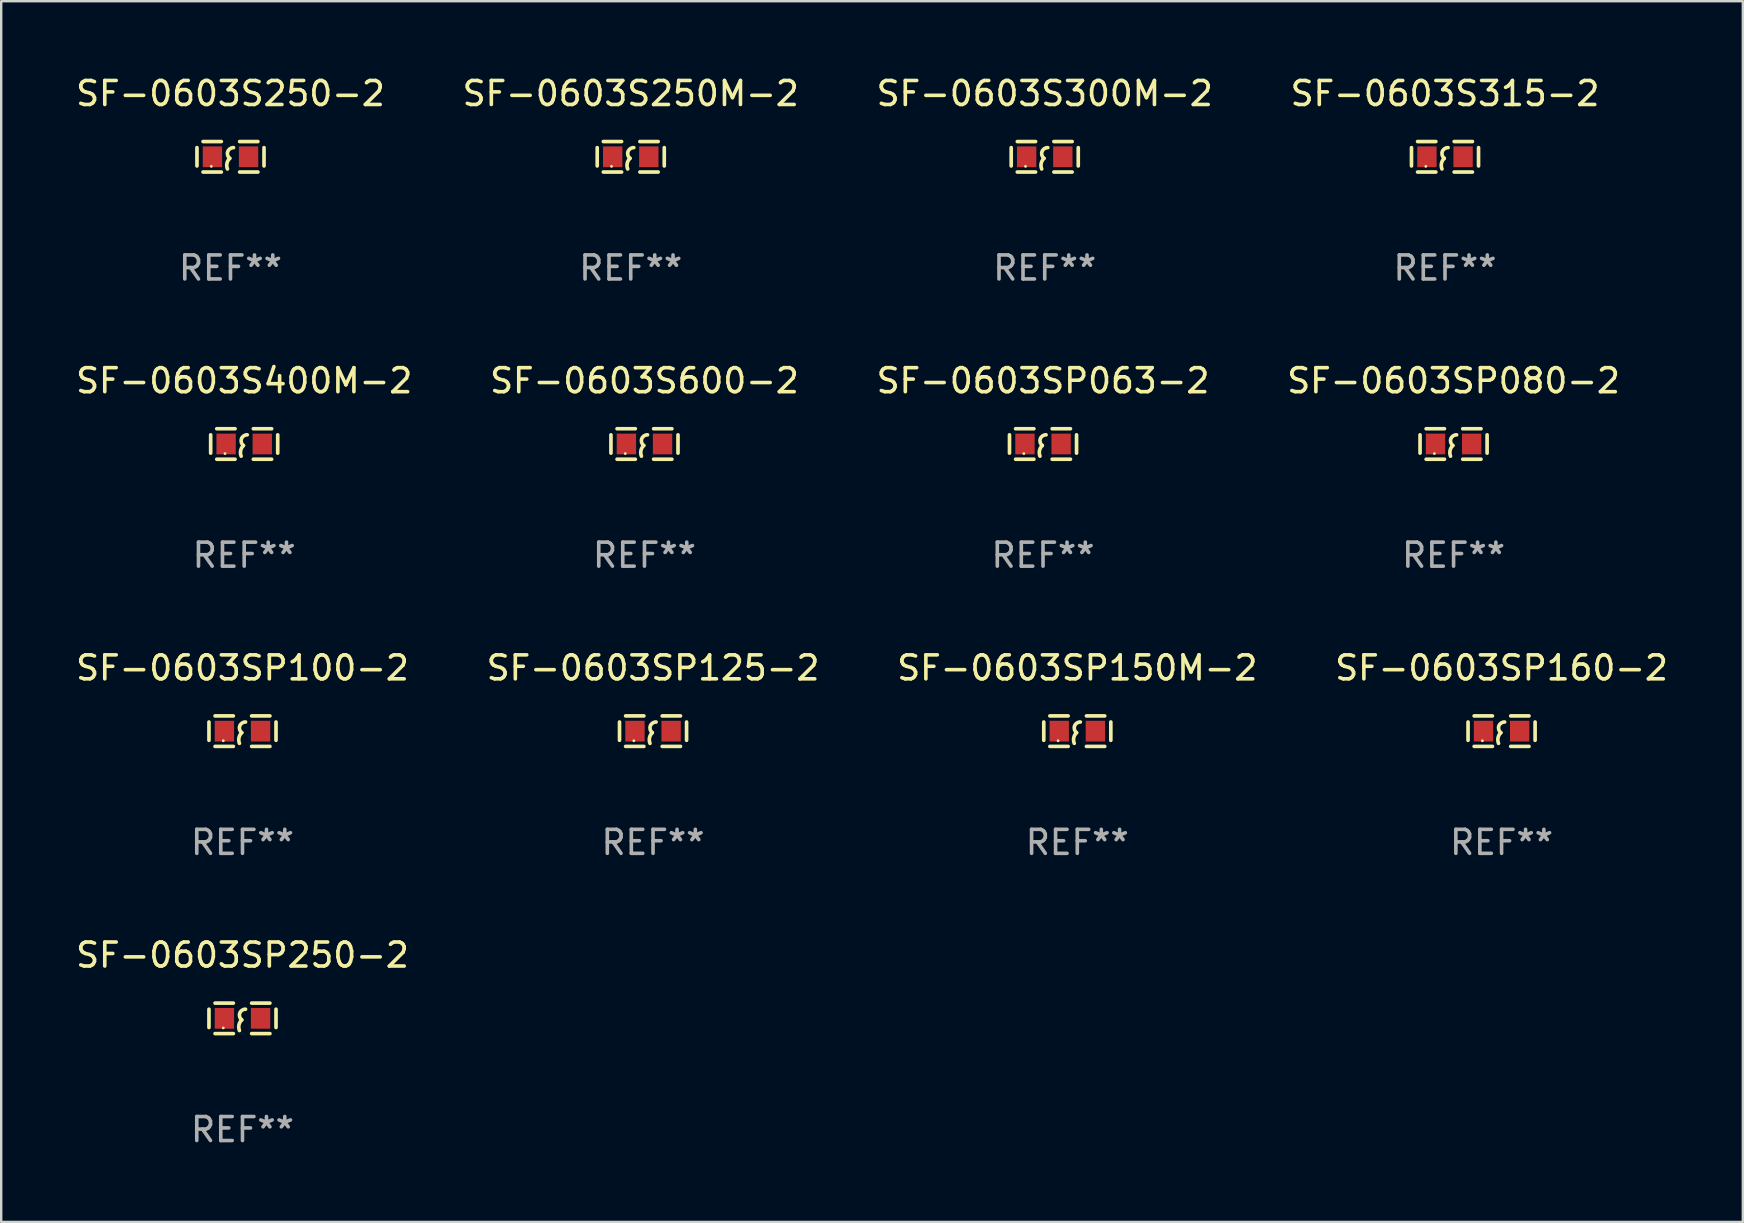
<source format=kicad_pcb>
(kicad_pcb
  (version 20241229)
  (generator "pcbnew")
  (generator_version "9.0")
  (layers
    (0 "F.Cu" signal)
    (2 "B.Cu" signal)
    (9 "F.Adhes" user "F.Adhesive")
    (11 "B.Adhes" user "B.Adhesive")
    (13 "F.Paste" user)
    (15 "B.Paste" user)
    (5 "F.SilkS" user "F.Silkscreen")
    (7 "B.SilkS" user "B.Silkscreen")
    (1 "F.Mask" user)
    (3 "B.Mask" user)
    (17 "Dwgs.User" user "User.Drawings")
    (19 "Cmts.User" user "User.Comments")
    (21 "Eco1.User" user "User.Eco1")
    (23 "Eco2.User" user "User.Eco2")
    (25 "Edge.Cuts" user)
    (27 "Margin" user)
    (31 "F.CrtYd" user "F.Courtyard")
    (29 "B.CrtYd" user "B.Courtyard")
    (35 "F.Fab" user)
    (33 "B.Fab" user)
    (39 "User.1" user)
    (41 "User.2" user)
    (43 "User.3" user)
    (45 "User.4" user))
  (footprint "SF-0603SP250-2"
    (layer "F.Cu")
    (at 7.054 39.383)
    (property "Reference" "SF-0603SP250-2" (at 0 -2.635 0) (layer "F.SilkS") (effects (font (size 1 1) (thickness 0.15))))
    (attr through_hole)
    (fp_line (start -1.397 -0.381) (end -1.397 0.381) (stroke (width 0.152) (type solid)) (layer "F.SilkS"))
    (fp_line (start -0.381 -0.635) (end -1.143 -0.635) (stroke (width 0.152) (type solid)) (layer "F.SilkS"))
    (fp_line (start -0.381 0.635) (end -1.143 0.635) (stroke (width 0.152) (type solid)) (layer "F.SilkS"))
    (fp_line (start 0.381 -0.635) (end 1.143 -0.635) (stroke (width 0.152) (type solid)) (layer "F.SilkS"))
    (fp_line (start 0.381 0.635) (end 1.143 0.635) (stroke (width 0.152) (type solid)) (layer "F.SilkS"))
    (fp_line (start 1.397 -0.381) (end 1.397 0.381) (stroke (width 0.152) (type solid)) (layer "F.SilkS"))
    (fp_arc (start -0.127 0.508001) (mid -0.146523 0.271131) (end -0.030861 0.0635) (stroke (width 0.151994) (type solid)) (layer "F.SilkS"))
    (fp_arc (start -0.03175 0.0635) (mid -0.113571 -0.216321) (end 0.127001 -0.381002) (stroke (width 0.151994) (type solid)) (layer "F.SilkS"))
    (fp_circle (center -0.8 0.4) (end -0.77 0.4) (stroke (width 0.06) (type solid)) (fill no) (layer "F.SilkS"))
    (fp_text user "REF**" (at 0 4.635 0) (layer "F.Fab") (effects (font (size 1 1) (thickness 0.15))))
    (pad "1" smd rect (at -0.753 0) (size 0.806 0.864) (layers "F.Cu" "F.Mask" "F.Paste"))
    (pad "2" smd rect (at 0.753 0) (size 0.806 0.864) (layers "F.Cu" "F.Mask" "F.Paste")))
  (footprint "SF-0603SP100-2"
    (layer "F.Cu")
    (at 7.054 27.416)
    (property "Reference" "SF-0603SP100-2" (at 0 -2.635 0) (layer "F.SilkS") (effects (font (size 1 1) (thickness 0.15))))
    (attr through_hole)
    (fp_line (start -1.397 -0.381) (end -1.397 0.381) (stroke (width 0.152) (type solid)) (layer "F.SilkS"))
    (fp_line (start -0.381 -0.635) (end -1.143 -0.635) (stroke (width 0.152) (type solid)) (layer "F.SilkS"))
    (fp_line (start -0.381 0.635) (end -1.143 0.635) (stroke (width 0.152) (type solid)) (layer "F.SilkS"))
    (fp_line (start 0.381 -0.635) (end 1.143 -0.635) (stroke (width 0.152) (type solid)) (layer "F.SilkS"))
    (fp_line (start 0.381 0.635) (end 1.143 0.635) (stroke (width 0.152) (type solid)) (layer "F.SilkS"))
    (fp_line (start 1.397 -0.381) (end 1.397 0.381) (stroke (width 0.152) (type solid)) (layer "F.SilkS"))
    (fp_arc (start -0.127 0.508001) (mid -0.146523 0.271131) (end -0.030861 0.0635) (stroke (width 0.151994) (type solid)) (layer "F.SilkS"))
    (fp_arc (start -0.03175 0.0635) (mid -0.113571 -0.216321) (end 0.127001 -0.381002) (stroke (width 0.151994) (type solid)) (layer "F.SilkS"))
    (fp_circle (center -0.8 0.4) (end -0.77 0.4) (stroke (width 0.06) (type solid)) (fill no) (layer "F.SilkS"))
    (fp_text user "REF**" (at 0 4.635 0) (layer "F.Fab") (effects (font (size 1 1) (thickness 0.15))))
    (pad "1" smd rect (at -0.753 0) (size 0.806 0.864) (layers "F.Cu" "F.Mask" "F.Paste"))
    (pad "2" smd rect (at 0.753 0) (size 0.806 0.864) (layers "F.Cu" "F.Mask" "F.Paste")))
  (footprint "SF-0603SP063-2"
    (layer "F.Cu")
    (at 40.411 15.45)
    (property "Reference" "SF-0603SP063-2" (at 0 -2.635 0) (layer "F.SilkS") (effects (font (size 1 1) (thickness 0.15))))
    (attr through_hole)
    (fp_line (start -1.397 -0.381) (end -1.397 0.381) (stroke (width 0.152) (type solid)) (layer "F.SilkS"))
    (fp_line (start -0.381 -0.635) (end -1.143 -0.635) (stroke (width 0.152) (type solid)) (layer "F.SilkS"))
    (fp_line (start -0.381 0.635) (end -1.143 0.635) (stroke (width 0.152) (type solid)) (layer "F.SilkS"))
    (fp_line (start 0.381 -0.635) (end 1.143 -0.635) (stroke (width 0.152) (type solid)) (layer "F.SilkS"))
    (fp_line (start 0.381 0.635) (end 1.143 0.635) (stroke (width 0.152) (type solid)) (layer "F.SilkS"))
    (fp_line (start 1.397 -0.381) (end 1.397 0.381) (stroke (width 0.152) (type solid)) (layer "F.SilkS"))
    (fp_arc (start -0.127 0.508001) (mid -0.146523 0.271131) (end -0.030861 0.0635) (stroke (width 0.151994) (type solid)) (layer "F.SilkS"))
    (fp_arc (start -0.03175 0.0635) (mid -0.113571 -0.216321) (end 0.127001 -0.381002) (stroke (width 0.151994) (type solid)) (layer "F.SilkS"))
    (fp_circle (center -0.8 0.4) (end -0.77 0.4) (stroke (width 0.06) (type solid)) (fill no) (layer "F.SilkS"))
    (fp_text user "REF**" (at 0 4.635 0) (layer "F.Fab") (effects (font (size 1 1) (thickness 0.15))))
    (pad "1" smd rect (at -0.753 0) (size 0.806 0.864) (layers "F.Cu" "F.Mask" "F.Paste"))
    (pad "2" smd rect (at 0.753 0) (size 0.806 0.864) (layers "F.Cu" "F.Mask" "F.Paste")))
  (footprint "SF-0603S400M-2"
    (layer "F.Cu")
    (at 7.125 15.45)
    (property "Reference" "SF-0603S400M-2" (at 0 -2.635 0) (layer "F.SilkS") (effects (font (size 1 1) (thickness 0.15))))
    (attr through_hole)
    (fp_line (start -1.397 -0.381) (end -1.397 0.381) (stroke (width 0.152) (type solid)) (layer "F.SilkS"))
    (fp_line (start -0.381 -0.635) (end -1.143 -0.635) (stroke (width 0.152) (type solid)) (layer "F.SilkS"))
    (fp_line (start -0.381 0.635) (end -1.143 0.635) (stroke (width 0.152) (type solid)) (layer "F.SilkS"))
    (fp_line (start 0.381 -0.635) (end 1.143 -0.635) (stroke (width 0.152) (type solid)) (layer "F.SilkS"))
    (fp_line (start 0.381 0.635) (end 1.143 0.635) (stroke (width 0.152) (type solid)) (layer "F.SilkS"))
    (fp_line (start 1.397 -0.381) (end 1.397 0.381) (stroke (width 0.152) (type solid)) (layer "F.SilkS"))
    (fp_arc (start -0.127 0.508001) (mid -0.146523 0.271131) (end -0.030861 0.0635) (stroke (width 0.151994) (type solid)) (layer "F.SilkS"))
    (fp_arc (start -0.03175 0.0635) (mid -0.113571 -0.216321) (end 0.127001 -0.381002) (stroke (width 0.151994) (type solid)) (layer "F.SilkS"))
    (fp_circle (center -0.8 0.4) (end -0.77 0.4) (stroke (width 0.06) (type solid)) (fill no) (layer "F.SilkS"))
    (fp_text user "REF**" (at 0 4.635 0) (layer "F.Fab") (effects (font (size 1 1) (thickness 0.15))))
    (pad "1" smd rect (at -0.753 0) (size 0.806 0.864) (layers "F.Cu" "F.Mask" "F.Paste"))
    (pad "2" smd rect (at 0.753 0) (size 0.806 0.864) (layers "F.Cu" "F.Mask" "F.Paste")))
  (footprint "SF-0603SP125-2"
    (layer "F.Cu")
    (at 24.161 27.416)
    (property "Reference" "SF-0603SP125-2" (at 0 -2.635 0) (layer "F.SilkS") (effects (font (size 1 1) (thickness 0.15))))
    (attr through_hole)
    (fp_line (start -1.397 -0.381) (end -1.397 0.381) (stroke (width 0.152) (type solid)) (layer "F.SilkS"))
    (fp_line (start -0.381 -0.635) (end -1.143 -0.635) (stroke (width 0.152) (type solid)) (layer "F.SilkS"))
    (fp_line (start -0.381 0.635) (end -1.143 0.635) (stroke (width 0.152) (type solid)) (layer "F.SilkS"))
    (fp_line (start 0.381 -0.635) (end 1.143 -0.635) (stroke (width 0.152) (type solid)) (layer "F.SilkS"))
    (fp_line (start 0.381 0.635) (end 1.143 0.635) (stroke (width 0.152) (type solid)) (layer "F.SilkS"))
    (fp_line (start 1.397 -0.381) (end 1.397 0.381) (stroke (width 0.152) (type solid)) (layer "F.SilkS"))
    (fp_arc (start -0.127 0.508001) (mid -0.146523 0.271131) (end -0.030861 0.0635) (stroke (width 0.151994) (type solid)) (layer "F.SilkS"))
    (fp_arc (start -0.03175 0.0635) (mid -0.113571 -0.216321) (end 0.127001 -0.381002) (stroke (width 0.151994) (type solid)) (layer "F.SilkS"))
    (fp_circle (center -0.8 0.4) (end -0.77 0.4) (stroke (width 0.06) (type solid)) (fill no) (layer "F.SilkS"))
    (fp_text user "REF**" (at 0 4.635 0) (layer "F.Fab") (effects (font (size 1 1) (thickness 0.15))))
    (pad "1" smd rect (at -0.753 0) (size 0.806 0.864) (layers "F.Cu" "F.Mask" "F.Paste"))
    (pad "2" smd rect (at 0.753 0) (size 0.806 0.864) (layers "F.Cu" "F.Mask" "F.Paste")))
  (footprint "SF-0603SP080-2"
    (layer "F.Cu")
    (at 57.518 15.45)
    (property "Reference" "SF-0603SP080-2" (at 0 -2.635 0) (layer "F.SilkS") (effects (font (size 1 1) (thickness 0.15))))
    (attr through_hole)
    (fp_line (start -1.397 -0.381) (end -1.397 0.381) (stroke (width 0.152) (type solid)) (layer "F.SilkS"))
    (fp_line (start -0.381 -0.635) (end -1.143 -0.635) (stroke (width 0.152) (type solid)) (layer "F.SilkS"))
    (fp_line (start -0.381 0.635) (end -1.143 0.635) (stroke (width 0.152) (type solid)) (layer "F.SilkS"))
    (fp_line (start 0.381 -0.635) (end 1.143 -0.635) (stroke (width 0.152) (type solid)) (layer "F.SilkS"))
    (fp_line (start 0.381 0.635) (end 1.143 0.635) (stroke (width 0.152) (type solid)) (layer "F.SilkS"))
    (fp_line (start 1.397 -0.381) (end 1.397 0.381) (stroke (width 0.152) (type solid)) (layer "F.SilkS"))
    (fp_arc (start -0.127 0.508001) (mid -0.146523 0.271131) (end -0.030861 0.0635) (stroke (width 0.151994) (type solid)) (layer "F.SilkS"))
    (fp_arc (start -0.03175 0.0635) (mid -0.113571 -0.216321) (end 0.127001 -0.381002) (stroke (width 0.151994) (type solid)) (layer "F.SilkS"))
    (fp_circle (center -0.8 0.4) (end -0.77 0.4) (stroke (width 0.06) (type solid)) (fill no) (layer "F.SilkS"))
    (fp_text user "REF**" (at 0 4.635 0) (layer "F.Fab") (effects (font (size 1 1) (thickness 0.15))))
    (pad "1" smd rect (at -0.753 0) (size 0.806 0.864) (layers "F.Cu" "F.Mask" "F.Paste"))
    (pad "2" smd rect (at 0.753 0) (size 0.806 0.864) (layers "F.Cu" "F.Mask" "F.Paste")))
  (footprint "SF-0603S315-2"
    (layer "F.Cu")
    (at 57.161 3.483)
    (property "Reference" "SF-0603S315-2" (at 0 -2.635 0) (layer "F.SilkS") (effects (font (size 1 1) (thickness 0.15))))
    (attr through_hole)
    (fp_line (start -1.397 -0.381) (end -1.397 0.381) (stroke (width 0.152) (type solid)) (layer "F.SilkS"))
    (fp_line (start -0.381 -0.635) (end -1.143 -0.635) (stroke (width 0.152) (type solid)) (layer "F.SilkS"))
    (fp_line (start -0.381 0.635) (end -1.143 0.635) (stroke (width 0.152) (type solid)) (layer "F.SilkS"))
    (fp_line (start 0.381 -0.635) (end 1.143 -0.635) (stroke (width 0.152) (type solid)) (layer "F.SilkS"))
    (fp_line (start 0.381 0.635) (end 1.143 0.635) (stroke (width 0.152) (type solid)) (layer "F.SilkS"))
    (fp_line (start 1.397 -0.381) (end 1.397 0.381) (stroke (width 0.152) (type solid)) (layer "F.SilkS"))
    (fp_arc (start -0.127 0.508001) (mid -0.146523 0.271131) (end -0.030861 0.0635) (stroke (width 0.151994) (type solid)) (layer "F.SilkS"))
    (fp_arc (start -0.03175 0.0635) (mid -0.113571 -0.216321) (end 0.127001 -0.381002) (stroke (width 0.151994) (type solid)) (layer "F.SilkS"))
    (fp_circle (center -0.8 0.4) (end -0.77 0.4) (stroke (width 0.06) (type solid)) (fill no) (layer "F.SilkS"))
    (fp_text user "REF**" (at 0 4.635 0) (layer "F.Fab") (effects (font (size 1 1) (thickness 0.15))))
    (pad "1" smd rect (at -0.753 0) (size 0.806 0.864) (layers "F.Cu" "F.Mask" "F.Paste"))
    (pad "2" smd rect (at 0.753 0) (size 0.806 0.864) (layers "F.Cu" "F.Mask" "F.Paste")))
  (footprint "SF-0603SP160-2"
    (layer "F.Cu")
    (at 59.518 27.416)
    (property "Reference" "SF-0603SP160-2" (at 0 -2.635 0) (layer "F.SilkS") (effects (font (size 1 1) (thickness 0.15))))
    (attr through_hole)
    (fp_line (start -1.397 -0.381) (end -1.397 0.381) (stroke (width 0.152) (type solid)) (layer "F.SilkS"))
    (fp_line (start -0.381 -0.635) (end -1.143 -0.635) (stroke (width 0.152) (type solid)) (layer "F.SilkS"))
    (fp_line (start -0.381 0.635) (end -1.143 0.635) (stroke (width 0.152) (type solid)) (layer "F.SilkS"))
    (fp_line (start 0.381 -0.635) (end 1.143 -0.635) (stroke (width 0.152) (type solid)) (layer "F.SilkS"))
    (fp_line (start 0.381 0.635) (end 1.143 0.635) (stroke (width 0.152) (type solid)) (layer "F.SilkS"))
    (fp_line (start 1.397 -0.381) (end 1.397 0.381) (stroke (width 0.152) (type solid)) (layer "F.SilkS"))
    (fp_arc (start -0.127 0.508001) (mid -0.146523 0.271131) (end -0.030861 0.0635) (stroke (width 0.151994) (type solid)) (layer "F.SilkS"))
    (fp_arc (start -0.03175 0.0635) (mid -0.113571 -0.216321) (end 0.127001 -0.381002) (stroke (width 0.151994) (type solid)) (layer "F.SilkS"))
    (fp_circle (center -0.8 0.4) (end -0.77 0.4) (stroke (width 0.06) (type solid)) (fill no) (layer "F.SilkS"))
    (fp_text user "REF**" (at 0 4.635 0) (layer "F.Fab") (effects (font (size 1 1) (thickness 0.15))))
    (pad "1" smd rect (at -0.753 0) (size 0.806 0.864) (layers "F.Cu" "F.Mask" "F.Paste"))
    (pad "2" smd rect (at 0.753 0) (size 0.806 0.864) (layers "F.Cu" "F.Mask" "F.Paste")))
  (footprint "SF-0603S300M-2"
    (layer "F.Cu")
    (at 40.482 3.483)
    (property "Reference" "SF-0603S300M-2" (at 0 -2.635 0) (layer "F.SilkS") (effects (font (size 1 1) (thickness 0.15))))
    (attr through_hole)
    (fp_line (start -1.397 -0.381) (end -1.397 0.381) (stroke (width 0.152) (type solid)) (layer "F.SilkS"))
    (fp_line (start -0.381 -0.635) (end -1.143 -0.635) (stroke (width 0.152) (type solid)) (layer "F.SilkS"))
    (fp_line (start -0.381 0.635) (end -1.143 0.635) (stroke (width 0.152) (type solid)) (layer "F.SilkS"))
    (fp_line (start 0.381 -0.635) (end 1.143 -0.635) (stroke (width 0.152) (type solid)) (layer "F.SilkS"))
    (fp_line (start 0.381 0.635) (end 1.143 0.635) (stroke (width 0.152) (type solid)) (layer "F.SilkS"))
    (fp_line (start 1.397 -0.381) (end 1.397 0.381) (stroke (width 0.152) (type solid)) (layer "F.SilkS"))
    (fp_arc (start -0.127 0.508001) (mid -0.146523 0.271131) (end -0.030861 0.0635) (stroke (width 0.151994) (type solid)) (layer "F.SilkS"))
    (fp_arc (start -0.03175 0.0635) (mid -0.113571 -0.216321) (end 0.127001 -0.381002) (stroke (width 0.151994) (type solid)) (layer "F.SilkS"))
    (fp_circle (center -0.8 0.4) (end -0.77 0.4) (stroke (width 0.06) (type solid)) (fill no) (layer "F.SilkS"))
    (fp_text user "REF**" (at 0 4.635 0) (layer "F.Fab") (effects (font (size 1 1) (thickness 0.15))))
    (pad "1" smd rect (at -0.753 0) (size 0.806 0.864) (layers "F.Cu" "F.Mask" "F.Paste"))
    (pad "2" smd rect (at 0.753 0) (size 0.806 0.864) (layers "F.Cu" "F.Mask" "F.Paste")))
  (footprint "SF-0603S600-2"
    (layer "F.Cu")
    (at 23.804 15.45)
    (property "Reference" "SF-0603S600-2" (at 0 -2.635 0) (layer "F.SilkS") (effects (font (size 1 1) (thickness 0.15))))
    (attr through_hole)
    (fp_line (start -1.397 -0.381) (end -1.397 0.381) (stroke (width 0.152) (type solid)) (layer "F.SilkS"))
    (fp_line (start -0.381 -0.635) (end -1.143 -0.635) (stroke (width 0.152) (type solid)) (layer "F.SilkS"))
    (fp_line (start -0.381 0.635) (end -1.143 0.635) (stroke (width 0.152) (type solid)) (layer "F.SilkS"))
    (fp_line (start 0.381 -0.635) (end 1.143 -0.635) (stroke (width 0.152) (type solid)) (layer "F.SilkS"))
    (fp_line (start 0.381 0.635) (end 1.143 0.635) (stroke (width 0.152) (type solid)) (layer "F.SilkS"))
    (fp_line (start 1.397 -0.381) (end 1.397 0.381) (stroke (width 0.152) (type solid)) (layer "F.SilkS"))
    (fp_arc (start -0.127 0.508001) (mid -0.146523 0.271131) (end -0.030861 0.0635) (stroke (width 0.151994) (type solid)) (layer "F.SilkS"))
    (fp_arc (start -0.03175 0.0635) (mid -0.113571 -0.216321) (end 0.127001 -0.381002) (stroke (width 0.151994) (type solid)) (layer "F.SilkS"))
    (fp_circle (center -0.8 0.4) (end -0.77 0.4) (stroke (width 0.06) (type solid)) (fill no) (layer "F.SilkS"))
    (fp_text user "REF**" (at 0 4.635 0) (layer "F.Fab") (effects (font (size 1 1) (thickness 0.15))))
    (pad "1" smd rect (at -0.753 0) (size 0.806 0.864) (layers "F.Cu" "F.Mask" "F.Paste"))
    (pad "2" smd rect (at 0.753 0) (size 0.806 0.864) (layers "F.Cu" "F.Mask" "F.Paste")))
  (footprint "SF-0603S250M-2"
    (layer "F.Cu")
    (at 23.232 3.483)
    (property "Reference" "SF-0603S250M-2" (at 0 -2.635 0) (layer "F.SilkS") (effects (font (size 1 1) (thickness 0.15))))
    (attr through_hole)
    (fp_line (start -1.397 -0.381) (end -1.397 0.381) (stroke (width 0.152) (type solid)) (layer "F.SilkS"))
    (fp_line (start -0.381 -0.635) (end -1.143 -0.635) (stroke (width 0.152) (type solid)) (layer "F.SilkS"))
    (fp_line (start -0.381 0.635) (end -1.143 0.635) (stroke (width 0.152) (type solid)) (layer "F.SilkS"))
    (fp_line (start 0.381 -0.635) (end 1.143 -0.635) (stroke (width 0.152) (type solid)) (layer "F.SilkS"))
    (fp_line (start 0.381 0.635) (end 1.143 0.635) (stroke (width 0.152) (type solid)) (layer "F.SilkS"))
    (fp_line (start 1.397 -0.381) (end 1.397 0.381) (stroke (width 0.152) (type solid)) (layer "F.SilkS"))
    (fp_arc (start -0.127 0.508001) (mid -0.146523 0.271131) (end -0.030861 0.0635) (stroke (width 0.151994) (type solid)) (layer "F.SilkS"))
    (fp_arc (start -0.03175 0.0635) (mid -0.113571 -0.216321) (end 0.127001 -0.381002) (stroke (width 0.151994) (type solid)) (layer "F.SilkS"))
    (fp_circle (center -0.8 0.4) (end -0.77 0.4) (stroke (width 0.06) (type solid)) (fill no) (layer "F.SilkS"))
    (fp_text user "REF**" (at 0 4.635 0) (layer "F.Fab") (effects (font (size 1 1) (thickness 0.15))))
    (pad "1" smd rect (at -0.753 0) (size 0.806 0.864) (layers "F.Cu" "F.Mask" "F.Paste"))
    (pad "2" smd rect (at 0.753 0) (size 0.806 0.864) (layers "F.Cu" "F.Mask" "F.Paste")))
  (footprint "SF-0603S250-2"
    (layer "F.Cu")
    (at 6.554 3.483)
    (property "Reference" "SF-0603S250-2" (at 0 -2.635 0) (layer "F.SilkS") (effects (font (size 1 1) (thickness 0.15))))
    (attr through_hole)
    (fp_line (start -1.397 -0.381) (end -1.397 0.381) (stroke (width 0.152) (type solid)) (layer "F.SilkS"))
    (fp_line (start -0.381 -0.635) (end -1.143 -0.635) (stroke (width 0.152) (type solid)) (layer "F.SilkS"))
    (fp_line (start -0.381 0.635) (end -1.143 0.635) (stroke (width 0.152) (type solid)) (layer "F.SilkS"))
    (fp_line (start 0.381 -0.635) (end 1.143 -0.635) (stroke (width 0.152) (type solid)) (layer "F.SilkS"))
    (fp_line (start 0.381 0.635) (end 1.143 0.635) (stroke (width 0.152) (type solid)) (layer "F.SilkS"))
    (fp_line (start 1.397 -0.381) (end 1.397 0.381) (stroke (width 0.152) (type solid)) (layer "F.SilkS"))
    (fp_arc (start -0.127 0.508001) (mid -0.146523 0.271131) (end -0.030861 0.0635) (stroke (width 0.151994) (type solid)) (layer "F.SilkS"))
    (fp_arc (start -0.03175 0.0635) (mid -0.113571 -0.216321) (end 0.127001 -0.381002) (stroke (width 0.151994) (type solid)) (layer "F.SilkS"))
    (fp_circle (center -0.8 0.4) (end -0.77 0.4) (stroke (width 0.06) (type solid)) (fill no) (layer "F.SilkS"))
    (fp_text user "REF**" (at 0 4.635 0) (layer "F.Fab") (effects (font (size 1 1) (thickness 0.15))))
    (pad "1" smd rect (at -0.753 0) (size 0.806 0.864) (layers "F.Cu" "F.Mask" "F.Paste"))
    (pad "2" smd rect (at 0.753 0) (size 0.806 0.864) (layers "F.Cu" "F.Mask" "F.Paste")))
  (footprint "SF-0603SP150M-2"
    (layer "F.Cu")
    (at 41.839 27.416)
    (property "Reference" "SF-0603SP150M-2" (at 0 -2.635 0) (layer "F.SilkS") (effects (font (size 1 1) (thickness 0.15))))
    (attr through_hole)
    (fp_line (start -1.397 -0.381) (end -1.397 0.381) (stroke (width 0.152) (type solid)) (layer "F.SilkS"))
    (fp_line (start -0.381 -0.635) (end -1.143 -0.635) (stroke (width 0.152) (type solid)) (layer "F.SilkS"))
    (fp_line (start -0.381 0.635) (end -1.143 0.635) (stroke (width 0.152) (type solid)) (layer "F.SilkS"))
    (fp_line (start 0.381 -0.635) (end 1.143 -0.635) (stroke (width 0.152) (type solid)) (layer "F.SilkS"))
    (fp_line (start 0.381 0.635) (end 1.143 0.635) (stroke (width 0.152) (type solid)) (layer "F.SilkS"))
    (fp_line (start 1.397 -0.381) (end 1.397 0.381) (stroke (width 0.152) (type solid)) (layer "F.SilkS"))
    (fp_arc (start -0.127 0.508001) (mid -0.146523 0.271131) (end -0.030861 0.0635) (stroke (width 0.151994) (type solid)) (layer "F.SilkS"))
    (fp_arc (start -0.03175 0.0635) (mid -0.113571 -0.216321) (end 0.127001 -0.381002) (stroke (width 0.151994) (type solid)) (layer "F.SilkS"))
    (fp_circle (center -0.8 0.4) (end -0.77 0.4) (stroke (width 0.06) (type solid)) (fill no) (layer "F.SilkS"))
    (fp_text user "REF**" (at 0 4.635 0) (layer "F.Fab") (effects (font (size 1 1) (thickness 0.15))))
    (pad "1" smd rect (at -0.753 0) (size 0.806 0.864) (layers "F.Cu" "F.Mask" "F.Paste"))
    (pad "2" smd rect (at 0.753 0) (size 0.806 0.864) (layers "F.Cu" "F.Mask" "F.Paste")))
  (gr_rect
    (start -3 -3)
    (end 69.571 47.866)
    (stroke (width 0.1) (type default))
    (fill no)
    (layer "Edge.Cuts")))
</source>
